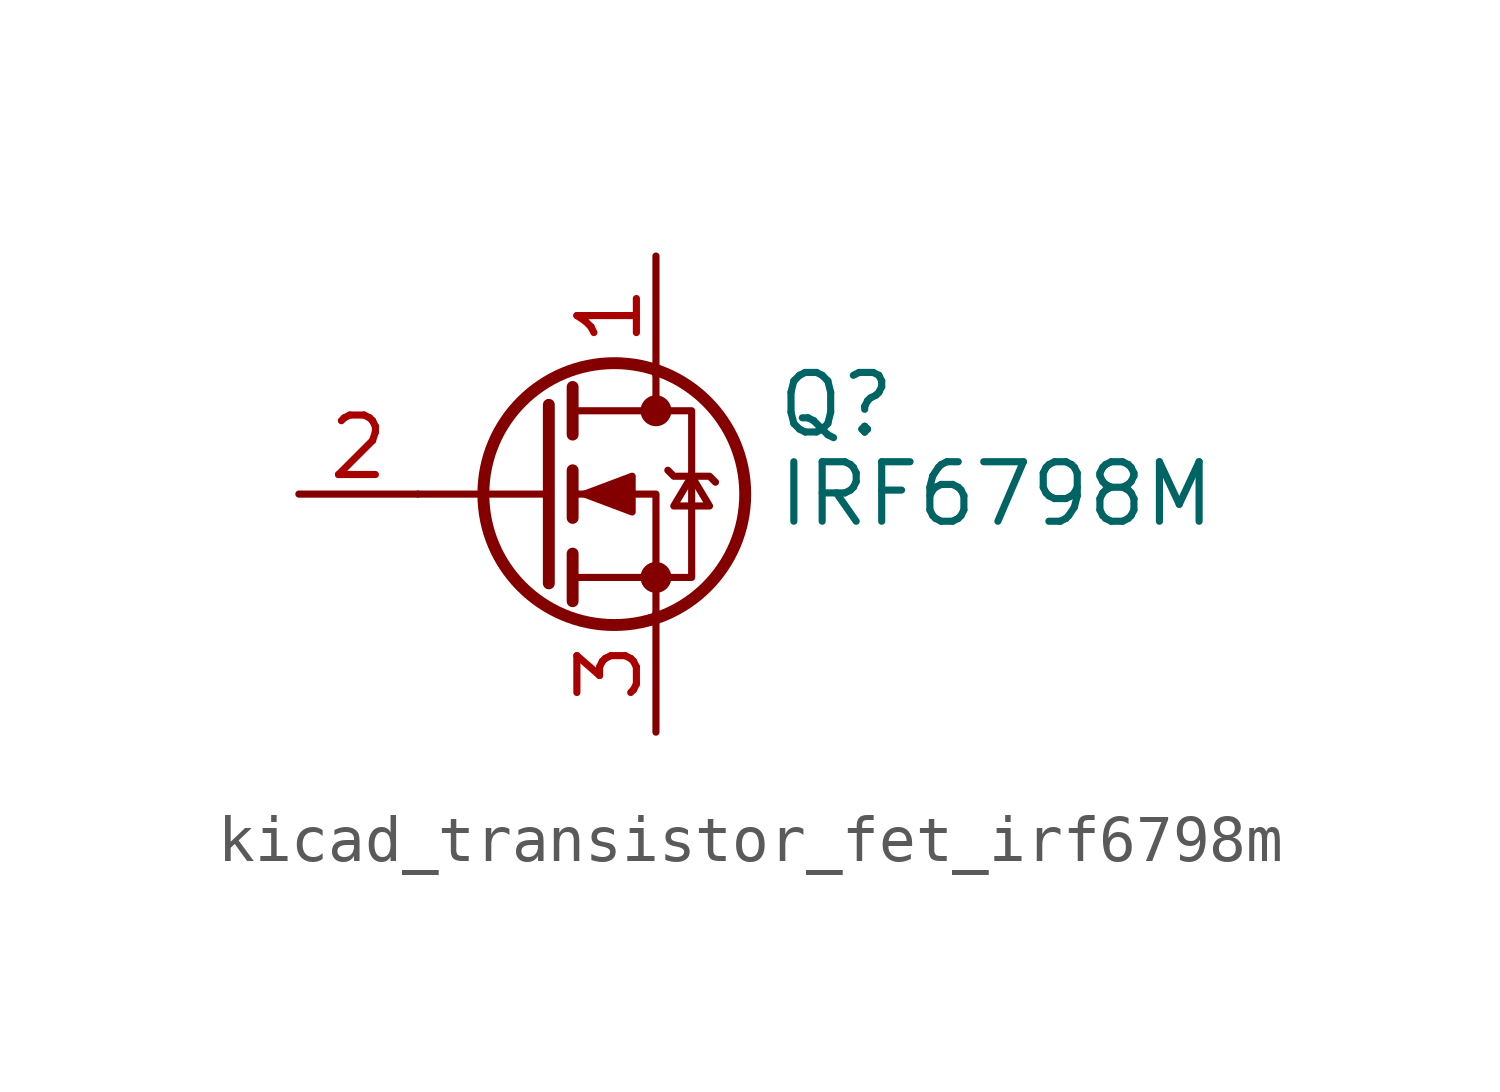
<source format=kicad_sym>
(kicad_symbol_lib
  (version 20220914)
  (generator kicad_symbol_editor)
  (symbol "kicad_transistor_fet_irf6798m"
    (pin_names hide)
    (property "Reference" "Q"
      (at 5.08 1.905 0)
      (effects (font (size 1.27 1.27)) (justify left)))
    (property "Value" "IRF6798M"
      (at 5.08 0 0)
      (effects (font (size 1.27 1.27)) (justify left)))
    (symbol "kicad_transistor_fet_irf6798m_0_1"
      (polyline (pts (xy 0.254 0) (xy -2.54 0)) (stroke (width 0) (type default)) (fill (type none)))
      (polyline (pts (xy 0.254 1.905) (xy 0.254 -1.905)) (stroke (width 0.254) (type default)) (fill (type none)))
      (polyline (pts (xy 0.762 -1.27) (xy 0.762 -2.286)) (stroke (width 0.254) (type default)) (fill (type none)))
      (polyline (pts (xy 0.762 0.508) (xy 0.762 -0.508)) (stroke (width 0.254) (type default)) (fill (type none)))
      (polyline (pts (xy 0.762 2.286) (xy 0.762 1.27)) (stroke (width 0.254) (type default)) (fill (type none)))
      (polyline (pts (xy 2.54 2.54) (xy 2.54 1.778)) (stroke (width 0) (type default)) (fill (type none)))
      (polyline (pts (xy 2.54 -2.54) (xy 2.54 0) (xy 0.762 0)) (stroke (width 0) (type default)) (fill (type none)))
      (polyline (pts (xy 0.762 -1.778) (xy 3.302 -1.778) (xy 3.302 1.778) (xy 0.762 1.778)) (stroke (width 0) (type default)) (fill (type none)))
      (polyline (pts (xy 1.016 0) (xy 2.032 0.381) (xy 2.032 -0.381) (xy 1.016 0)) (stroke (width 0) (type default)) (fill (type outline)))
      (polyline (pts (xy 2.794 0.508) (xy 2.921 0.381) (xy 3.683 0.381) (xy 3.81 0.254)) (stroke (width 0) (type default)) (fill (type none)))
      (polyline (pts (xy 3.302 0.381) (xy 2.921 -0.254) (xy 3.683 -0.254) (xy 3.302 0.381)) (stroke (width 0) (type default)) (fill (type none)))
      (circle (center 1.651 0) (radius 2.794) (stroke (width 0.254) (type default)) (fill (type none)))
      (circle (center 2.54 -1.778) (radius 0.254) (stroke (width 0) (type default)) (fill (type outline)))
      (circle (center 2.54 1.778) (radius 0.254) (stroke (width 0) (type default)) (fill (type outline))))
    (symbol "kicad_transistor_fet_irf6798m_1_1"
      (pin passive line (at 2.54 5.08 270) (length 2.54) (name "D" (effects (font (size 1.27 1.27)))) (number "1" (effects (font (size 1.27 1.27)))))
      (pin input line (at -5.08 0 0) (length 2.54) (name "G" (effects (font (size 1.27 1.27)))) (number "2" (effects (font (size 1.27 1.27)))))
      (pin passive line (at 2.54 -5.08 90) (length 2.54) (name "S" (effects (font (size 1.27 1.27)))) (number "3" (effects (font (size 1.27 1.27))))))))
</source>
